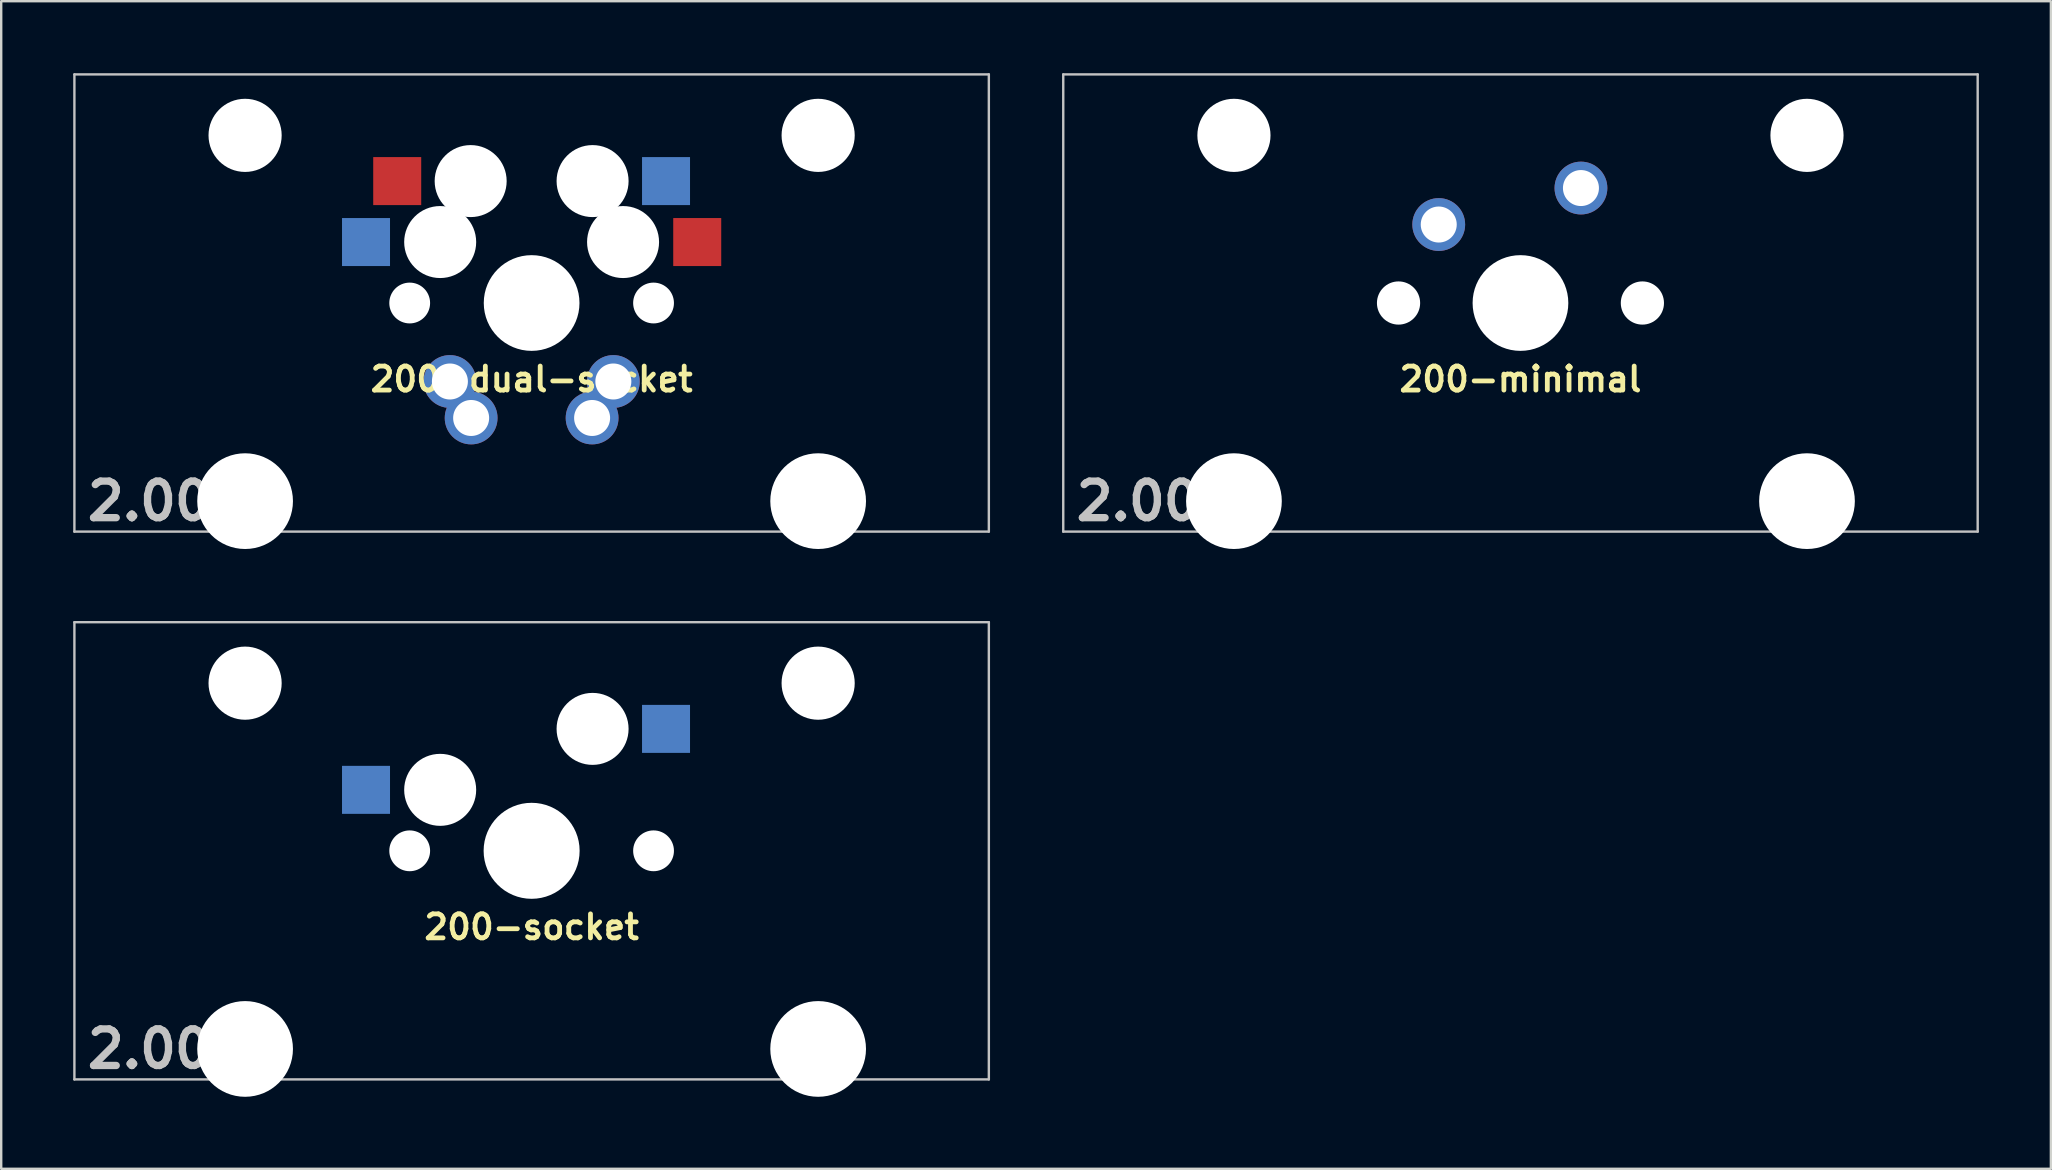
<source format=kicad_pcb>
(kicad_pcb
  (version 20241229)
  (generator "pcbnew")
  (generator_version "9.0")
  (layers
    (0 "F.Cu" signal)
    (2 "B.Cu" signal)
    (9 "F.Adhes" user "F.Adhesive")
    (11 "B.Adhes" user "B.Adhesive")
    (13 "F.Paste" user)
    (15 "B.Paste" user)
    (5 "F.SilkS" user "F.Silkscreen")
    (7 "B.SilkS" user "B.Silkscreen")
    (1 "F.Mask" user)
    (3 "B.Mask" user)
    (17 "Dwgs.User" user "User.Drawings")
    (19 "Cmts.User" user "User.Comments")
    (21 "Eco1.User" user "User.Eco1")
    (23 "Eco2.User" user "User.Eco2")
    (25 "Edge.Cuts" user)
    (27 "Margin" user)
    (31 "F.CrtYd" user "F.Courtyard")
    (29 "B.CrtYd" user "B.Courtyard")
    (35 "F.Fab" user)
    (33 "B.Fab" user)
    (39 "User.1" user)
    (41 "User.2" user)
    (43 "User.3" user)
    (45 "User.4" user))
  (footprint "200-minimal"
    (layer "F.Cu")
    (at 60.3 9.575)
    (property "Reference" "200-minimal" (at 0 3.175 0) (layer "F.SilkS") (effects (font (size 1 1) (thickness 0.2))))
    (attr through_hole)
    (fp_line (start -19.05 -9.525) (end 19.05 -9.525) (stroke (width 0.1) (type solid)) (layer "Dwgs.User"))
    (fp_line (start -19.05 9.525) (end -19.05 -9.525) (stroke (width 0.1) (type solid)) (layer "Dwgs.User"))
    (fp_line (start 19.05 -9.525) (end 19.05 9.525) (stroke (width 0.1) (type solid)) (layer "Dwgs.User"))
    (fp_line (start 19.05 9.525) (end -19.05 9.525) (stroke (width 0.1) (type solid)) (layer "Dwgs.User"))
    (fp_line (start -16.129 -2.286) (end -15.265 -2.286) (stroke (width 0.152) (type solid)) (layer "Eco2.User"))
    (fp_line (start -16.129 0.508) (end -16.129 -2.286) (stroke (width 0.152) (type solid)) (layer "Eco2.User"))
    (fp_line (start -15.265 -5.69) (end -8.611 -5.69) (stroke (width 0.152) (type solid)) (layer "Eco2.User"))
    (fp_line (start -15.265 -2.286) (end -15.265 -5.69) (stroke (width 0.152) (type solid)) (layer "Eco2.User"))
    (fp_line (start -15.265 0.508) (end -16.129 0.508) (stroke (width 0.152) (type solid)) (layer "Eco2.User"))
    (fp_line (start -15.265 6.604) (end -15.265 0.508) (stroke (width 0.152) (type solid)) (layer "Eco2.User"))
    (fp_line (start -14.224 6.604) (end -15.265 6.604) (stroke (width 0.152) (type solid)) (layer "Eco2.User"))
    (fp_line (start -14.224 7.772) (end -14.224 6.604) (stroke (width 0.152) (type solid)) (layer "Eco2.User"))
    (fp_line (start -9.652 6.604) (end -9.652 7.772) (stroke (width 0.152) (type solid)) (layer "Eco2.User"))
    (fp_line (start -9.652 7.772) (end -14.224 7.772) (stroke (width 0.152) (type solid)) (layer "Eco2.User"))
    (fp_line (start -8.611 -5.69) (end -8.611 -4.877) (stroke (width 0.152) (type solid)) (layer "Eco2.User"))
    (fp_line (start -8.611 -4.877) (end -6.985 -4.877) (stroke (width 0.152) (type solid)) (layer "Eco2.User"))
    (fp_line (start -8.611 5.817) (end -8.611 6.604) (stroke (width 0.152) (type solid)) (layer "Eco2.User"))
    (fp_line (start -8.611 6.604) (end -9.652 6.604) (stroke (width 0.152) (type solid)) (layer "Eco2.User"))
    (fp_line (start -6.985 -6.985) (end 6.985 -6.985) (stroke (width 0.152) (type solid)) (layer "Eco2.User"))
    (fp_line (start -6.985 -4.877) (end -6.985 -6.985) (stroke (width 0.152) (type solid)) (layer "Eco2.User"))
    (fp_line (start -6.985 5.817) (end -8.611 5.817) (stroke (width 0.152) (type solid)) (layer "Eco2.User"))
    (fp_line (start -6.985 6.985) (end -6.985 5.817) (stroke (width 0.152) (type solid)) (layer "Eco2.User"))
    (fp_line (start 6.985 -6.985) (end 6.985 -4.877) (stroke (width 0.152) (type solid)) (layer "Eco2.User"))
    (fp_line (start 6.985 -4.877) (end 8.611 -4.877) (stroke (width 0.152) (type solid)) (layer "Eco2.User"))
    (fp_line (start 6.985 5.817) (end 6.985 6.985) (stroke (width 0.152) (type solid)) (layer "Eco2.User"))
    (fp_line (start 6.985 6.985) (end -6.985 6.985) (stroke (width 0.152) (type solid)) (layer "Eco2.User"))
    (fp_line (start 8.611 -5.69) (end 15.265 -5.69) (stroke (width 0.152) (type solid)) (layer "Eco2.User"))
    (fp_line (start 8.611 -4.877) (end 8.611 -5.69) (stroke (width 0.152) (type solid)) (layer "Eco2.User"))
    (fp_line (start 8.611 5.817) (end 6.985 5.817) (stroke (width 0.152) (type solid)) (layer "Eco2.User"))
    (fp_line (start 8.611 6.604) (end 8.611 5.817) (stroke (width 0.152) (type solid)) (layer "Eco2.User"))
    (fp_line (start 9.652 6.604) (end 8.611 6.604) (stroke (width 0.152) (type solid)) (layer "Eco2.User"))
    (fp_line (start 9.652 7.772) (end 9.652 6.604) (stroke (width 0.152) (type solid)) (layer "Eco2.User"))
    (fp_line (start 14.224 6.604) (end 14.224 7.772) (stroke (width 0.152) (type solid)) (layer "Eco2.User"))
    (fp_line (start 14.224 7.772) (end 9.652 7.772) (stroke (width 0.152) (type solid)) (layer "Eco2.User"))
    (fp_line (start 15.265 -5.69) (end 15.265 -2.286) (stroke (width 0.152) (type solid)) (layer "Eco2.User"))
    (fp_line (start 15.265 -2.286) (end 16.129 -2.286) (stroke (width 0.152) (type solid)) (layer "Eco2.User"))
    (fp_line (start 15.265 0.508) (end 15.265 6.604) (stroke (width 0.152) (type solid)) (layer "Eco2.User"))
    (fp_line (start 15.265 6.604) (end 14.224 6.604) (stroke (width 0.152) (type solid)) (layer "Eco2.User"))
    (fp_line (start 16.129 -2.286) (end 16.129 0.508) (stroke (width 0.152) (type solid)) (layer "Eco2.User"))
    (fp_line (start 16.129 0.508) (end 15.265 0.508) (stroke (width 0.152) (type solid)) (layer "Eco2.User"))
    (fp_text user "2.00u" (at -15.24 8.255 0) (layer "Dwgs.User") (effects (font (size 1.524 1.524) (thickness 0.305))))
    (pad "" np_thru_hole circle (at -11.938 -6.985) (size 3.048 3.048) (drill 3.048) (layers "*.Cu" "*.Mask"))
    (pad "" np_thru_hole circle (at -11.938 8.255) (size 3.988 3.988) (drill 3.988) (layers "*.Cu" "*.Mask"))
    (pad "" np_thru_hole circle (at -5.08 0) (size 1.8 1.8) (drill 1.8) (layers "*.Cu" "*.Mask"))
    (pad "" np_thru_hole circle (at 0 0) (size 3.988 3.988) (drill 3.988) (layers "*.Cu" "*.Mask"))
    (pad "" np_thru_hole circle (at 5.08 0) (size 1.8 1.8) (drill 1.8) (layers "*.Cu" "*.Mask"))
    (pad "" np_thru_hole circle (at 11.938 -6.985) (size 3.048 3.048) (drill 3.048) (layers "*.Cu" "*.Mask"))
    (pad "" np_thru_hole circle (at 11.938 8.255) (size 3.988 3.988) (drill 3.988) (layers "*.Cu" "*.Mask"))
    (pad "1" thru_hole circle (at -3.405 -3.27 29) (size 2.2 2.2) (drill 1.5) (layers "*.Cu" "*.Mask"))
    (pad "2" thru_hole circle (at 2.52 -4.79) (size 2.2 2.2) (drill 1.5) (layers "*.Cu" "*.Mask")))
  (footprint "200-dual-socket"
    (layer "F.Cu")
    (at 19.1 9.575)
    (property "Reference" "200-dual-socket" (at 0 3.175 0) (layer "F.SilkS") (effects (font (size 1 1) (thickness 0.2))))
    (attr through_hole)
    (fp_line (start -19.05 -9.525) (end 19.05 -9.525) (stroke (width 0.1) (type solid)) (layer "Dwgs.User"))
    (fp_line (start -19.05 9.525) (end -19.05 -9.525) (stroke (width 0.1) (type solid)) (layer "Dwgs.User"))
    (fp_line (start 19.05 -9.525) (end 19.05 9.525) (stroke (width 0.1) (type solid)) (layer "Dwgs.User"))
    (fp_line (start 19.05 9.525) (end -19.05 9.525) (stroke (width 0.1) (type solid)) (layer "Dwgs.User"))
    (fp_line (start -16.129 -2.286) (end -15.265 -2.286) (stroke (width 0.152) (type solid)) (layer "Eco2.User"))
    (fp_line (start -16.129 0.508) (end -16.129 -2.286) (stroke (width 0.152) (type solid)) (layer "Eco2.User"))
    (fp_line (start -15.265 -5.69) (end -8.611 -5.69) (stroke (width 0.152) (type solid)) (layer "Eco2.User"))
    (fp_line (start -15.265 -2.286) (end -15.265 -5.69) (stroke (width 0.152) (type solid)) (layer "Eco2.User"))
    (fp_line (start -15.265 0.508) (end -16.129 0.508) (stroke (width 0.152) (type solid)) (layer "Eco2.User"))
    (fp_line (start -15.265 6.604) (end -15.265 0.508) (stroke (width 0.152) (type solid)) (layer "Eco2.User"))
    (fp_line (start -14.224 6.604) (end -15.265 6.604) (stroke (width 0.152) (type solid)) (layer "Eco2.User"))
    (fp_line (start -14.224 7.772) (end -14.224 6.604) (stroke (width 0.152) (type solid)) (layer "Eco2.User"))
    (fp_line (start -9.652 6.604) (end -9.652 7.772) (stroke (width 0.152) (type solid)) (layer "Eco2.User"))
    (fp_line (start -9.652 7.772) (end -14.224 7.772) (stroke (width 0.152) (type solid)) (layer "Eco2.User"))
    (fp_line (start -8.611 -5.69) (end -8.611 -4.877) (stroke (width 0.152) (type solid)) (layer "Eco2.User"))
    (fp_line (start -8.611 -4.877) (end -6.985 -4.877) (stroke (width 0.152) (type solid)) (layer "Eco2.User"))
    (fp_line (start -8.611 5.817) (end -8.611 6.604) (stroke (width 0.152) (type solid)) (layer "Eco2.User"))
    (fp_line (start -8.611 6.604) (end -9.652 6.604) (stroke (width 0.152) (type solid)) (layer "Eco2.User"))
    (fp_line (start -6.985 -6.985) (end 6.985 -6.985) (stroke (width 0.152) (type solid)) (layer "Eco2.User"))
    (fp_line (start -6.985 -4.877) (end -6.985 -6.985) (stroke (width 0.152) (type solid)) (layer "Eco2.User"))
    (fp_line (start -6.985 5.817) (end -8.611 5.817) (stroke (width 0.152) (type solid)) (layer "Eco2.User"))
    (fp_line (start -6.985 6.985) (end -6.985 5.817) (stroke (width 0.152) (type solid)) (layer "Eco2.User"))
    (fp_line (start 6.985 -6.985) (end 6.985 -4.877) (stroke (width 0.152) (type solid)) (layer "Eco2.User"))
    (fp_line (start 6.985 -4.877) (end 8.611 -4.877) (stroke (width 0.152) (type solid)) (layer "Eco2.User"))
    (fp_line (start 6.985 5.817) (end 6.985 6.985) (stroke (width 0.152) (type solid)) (layer "Eco2.User"))
    (fp_line (start 6.985 6.985) (end -6.985 6.985) (stroke (width 0.152) (type solid)) (layer "Eco2.User"))
    (fp_line (start 8.611 -5.69) (end 15.265 -5.69) (stroke (width 0.152) (type solid)) (layer "Eco2.User"))
    (fp_line (start 8.611 -4.877) (end 8.611 -5.69) (stroke (width 0.152) (type solid)) (layer "Eco2.User"))
    (fp_line (start 8.611 5.817) (end 6.985 5.817) (stroke (width 0.152) (type solid)) (layer "Eco2.User"))
    (fp_line (start 8.611 6.604) (end 8.611 5.817) (stroke (width 0.152) (type solid)) (layer "Eco2.User"))
    (fp_line (start 9.652 6.604) (end 8.611 6.604) (stroke (width 0.152) (type solid)) (layer "Eco2.User"))
    (fp_line (start 9.652 7.772) (end 9.652 6.604) (stroke (width 0.152) (type solid)) (layer "Eco2.User"))
    (fp_line (start 14.224 6.604) (end 14.224 7.772) (stroke (width 0.152) (type solid)) (layer "Eco2.User"))
    (fp_line (start 14.224 7.772) (end 9.652 7.772) (stroke (width 0.152) (type solid)) (layer "Eco2.User"))
    (fp_line (start 15.265 -5.69) (end 15.265 -2.286) (stroke (width 0.152) (type solid)) (layer "Eco2.User"))
    (fp_line (start 15.265 -2.286) (end 16.129 -2.286) (stroke (width 0.152) (type solid)) (layer "Eco2.User"))
    (fp_line (start 15.265 0.508) (end 15.265 6.604) (stroke (width 0.152) (type solid)) (layer "Eco2.User"))
    (fp_line (start 15.265 6.604) (end 14.224 6.604) (stroke (width 0.152) (type solid)) (layer "Eco2.User"))
    (fp_line (start 16.129 -2.286) (end 16.129 0.508) (stroke (width 0.152) (type solid)) (layer "Eco2.User"))
    (fp_line (start 16.129 0.508) (end 15.265 0.508) (stroke (width 0.152) (type solid)) (layer "Eco2.User"))
    (fp_text user "2.00u" (at -15.24 8.255 0) (layer "Dwgs.User") (effects (font (size 1.524 1.524) (thickness 0.305))))
    (pad "" np_thru_hole circle (at -11.938 -6.985) (size 3.048 3.048) (drill 3.048) (layers "*.Cu" "*.Mask"))
    (pad "" np_thru_hole circle (at -11.938 8.255) (size 3.988 3.988) (drill 3.988) (layers "*.Cu" "*.Mask"))
    (pad "" np_thru_hole circle (at -5.08 0) (size 1.7 1.7) (drill 1.7) (layers "*.Cu" "*.Mask"))
    (pad "" np_thru_hole circle (at -3.81 -2.54 180) (size 3 3) (drill 3) (layers "*.Cu" "*.Mask"))
    (pad "" np_thru_hole circle (at -2.54 -5.08 180) (size 3 3) (drill 3) (layers "*.Cu" "*.Mask"))
    (pad "" np_thru_hole circle (at 0 0) (size 3.988 3.988) (drill 3.988) (layers "*.Cu" "*.Mask"))
    (pad "" np_thru_hole circle (at 2.54 -5.08 180) (size 3 3) (drill 3) (layers "*.Cu" "*.Mask"))
    (pad "" np_thru_hole circle (at 3.81 -2.54 180) (size 3 3) (drill 3) (layers "*.Cu" "*.Mask"))
    (pad "" np_thru_hole circle (at 5.08 0) (size 1.7 1.7) (drill 1.7) (layers "*.Cu" "*.Mask"))
    (pad "" np_thru_hole circle (at 11.938 -6.985) (size 3.048 3.048) (drill 3.048) (layers "*.Cu" "*.Mask"))
    (pad "" np_thru_hole circle (at 11.938 8.255) (size 3.988 3.988) (drill 3.988) (layers "*.Cu" "*.Mask"))
    (pad "1" smd rect (at -6.9 -2.54 180) (size 2 2) (layers "B.Cu" "B.Mask" "B.Paste"))
    (pad "1" smd rect (at -5.6 -5.08 180) (size 2 2) (layers "F.Cu" "F.Mask" "F.Paste"))
    (pad "1" thru_hole circle (at -3.405 3.27 29) (size 2.2 2.2) (drill 1.5) (layers "*.Cu" "*.Mask"))
    (pad "1" thru_hole circle (at -2.52 4.79) (size 2.2 2.2) (drill 1.5) (layers "*.Cu" "*.Mask"))
    (pad "2" thru_hole circle (at 2.52 4.79) (size 2.2 2.2) (drill 1.5) (layers "*.Cu" "*.Mask"))
    (pad "2" thru_hole circle (at 3.405 3.27 29) (size 2.2 2.2) (drill 1.5) (layers "*.Cu" "*.Mask"))
    (pad "2" smd rect (at 5.6 -5.08 180) (size 2 2) (layers "B.Cu" "B.Mask" "B.Paste"))
    (pad "2" smd rect (at 6.9 -2.54 180) (size 2 2) (layers "F.Cu" "F.Mask" "F.Paste")))
  (footprint "200-socket"
    (layer "F.Cu")
    (at 19.1 32.399)
    (property "Reference" "200-socket" (at 0 3.175 0) (layer "F.SilkS") (effects (font (size 1 1) (thickness 0.2))))
    (attr through_hole)
    (fp_line (start -19.05 -9.525) (end 19.05 -9.525) (stroke (width 0.1) (type solid)) (layer "Dwgs.User"))
    (fp_line (start -19.05 9.525) (end -19.05 -9.525) (stroke (width 0.1) (type solid)) (layer "Dwgs.User"))
    (fp_line (start 19.05 -9.525) (end 19.05 9.525) (stroke (width 0.1) (type solid)) (layer "Dwgs.User"))
    (fp_line (start 19.05 9.525) (end -19.05 9.525) (stroke (width 0.1) (type solid)) (layer "Dwgs.User"))
    (fp_line (start -16.129 -2.286) (end -15.265 -2.286) (stroke (width 0.152) (type solid)) (layer "Eco2.User"))
    (fp_line (start -16.129 0.508) (end -16.129 -2.286) (stroke (width 0.152) (type solid)) (layer "Eco2.User"))
    (fp_line (start -15.265 -5.69) (end -8.611 -5.69) (stroke (width 0.152) (type solid)) (layer "Eco2.User"))
    (fp_line (start -15.265 -2.286) (end -15.265 -5.69) (stroke (width 0.152) (type solid)) (layer "Eco2.User"))
    (fp_line (start -15.265 0.508) (end -16.129 0.508) (stroke (width 0.152) (type solid)) (layer "Eco2.User"))
    (fp_line (start -15.265 6.604) (end -15.265 0.508) (stroke (width 0.152) (type solid)) (layer "Eco2.User"))
    (fp_line (start -14.224 6.604) (end -15.265 6.604) (stroke (width 0.152) (type solid)) (layer "Eco2.User"))
    (fp_line (start -14.224 7.772) (end -14.224 6.604) (stroke (width 0.152) (type solid)) (layer "Eco2.User"))
    (fp_line (start -9.652 6.604) (end -9.652 7.772) (stroke (width 0.152) (type solid)) (layer "Eco2.User"))
    (fp_line (start -9.652 7.772) (end -14.224 7.772) (stroke (width 0.152) (type solid)) (layer "Eco2.User"))
    (fp_line (start -8.611 -5.69) (end -8.611 -4.877) (stroke (width 0.152) (type solid)) (layer "Eco2.User"))
    (fp_line (start -8.611 -4.877) (end -6.985 -4.877) (stroke (width 0.152) (type solid)) (layer "Eco2.User"))
    (fp_line (start -8.611 5.817) (end -8.611 6.604) (stroke (width 0.152) (type solid)) (layer "Eco2.User"))
    (fp_line (start -8.611 6.604) (end -9.652 6.604) (stroke (width 0.152) (type solid)) (layer "Eco2.User"))
    (fp_line (start -6.985 -6.985) (end 6.985 -6.985) (stroke (width 0.152) (type solid)) (layer "Eco2.User"))
    (fp_line (start -6.985 -4.877) (end -6.985 -6.985) (stroke (width 0.152) (type solid)) (layer "Eco2.User"))
    (fp_line (start -6.985 5.817) (end -8.611 5.817) (stroke (width 0.152) (type solid)) (layer "Eco2.User"))
    (fp_line (start -6.985 6.985) (end -6.985 5.817) (stroke (width 0.152) (type solid)) (layer "Eco2.User"))
    (fp_line (start 6.985 -6.985) (end 6.985 -4.877) (stroke (width 0.152) (type solid)) (layer "Eco2.User"))
    (fp_line (start 6.985 -4.877) (end 8.611 -4.877) (stroke (width 0.152) (type solid)) (layer "Eco2.User"))
    (fp_line (start 6.985 5.817) (end 6.985 6.985) (stroke (width 0.152) (type solid)) (layer "Eco2.User"))
    (fp_line (start 6.985 6.985) (end -6.985 6.985) (stroke (width 0.152) (type solid)) (layer "Eco2.User"))
    (fp_line (start 8.611 -5.69) (end 15.265 -5.69) (stroke (width 0.152) (type solid)) (layer "Eco2.User"))
    (fp_line (start 8.611 -4.877) (end 8.611 -5.69) (stroke (width 0.152) (type solid)) (layer "Eco2.User"))
    (fp_line (start 8.611 5.817) (end 6.985 5.817) (stroke (width 0.152) (type solid)) (layer "Eco2.User"))
    (fp_line (start 8.611 6.604) (end 8.611 5.817) (stroke (width 0.152) (type solid)) (layer "Eco2.User"))
    (fp_line (start 9.652 6.604) (end 8.611 6.604) (stroke (width 0.152) (type solid)) (layer "Eco2.User"))
    (fp_line (start 9.652 7.772) (end 9.652 6.604) (stroke (width 0.152) (type solid)) (layer "Eco2.User"))
    (fp_line (start 14.224 6.604) (end 14.224 7.772) (stroke (width 0.152) (type solid)) (layer "Eco2.User"))
    (fp_line (start 14.224 7.772) (end 9.652 7.772) (stroke (width 0.152) (type solid)) (layer "Eco2.User"))
    (fp_line (start 15.265 -5.69) (end 15.265 -2.286) (stroke (width 0.152) (type solid)) (layer "Eco2.User"))
    (fp_line (start 15.265 -2.286) (end 16.129 -2.286) (stroke (width 0.152) (type solid)) (layer "Eco2.User"))
    (fp_line (start 15.265 0.508) (end 15.265 6.604) (stroke (width 0.152) (type solid)) (layer "Eco2.User"))
    (fp_line (start 15.265 6.604) (end 14.224 6.604) (stroke (width 0.152) (type solid)) (layer "Eco2.User"))
    (fp_line (start 16.129 -2.286) (end 16.129 0.508) (stroke (width 0.152) (type solid)) (layer "Eco2.User"))
    (fp_line (start 16.129 0.508) (end 15.265 0.508) (stroke (width 0.152) (type solid)) (layer "Eco2.User"))
    (fp_text user "2.00u" (at -15.24 8.255 0) (layer "Dwgs.User") (effects (font (size 1.524 1.524) (thickness 0.305))))
    (pad "" np_thru_hole circle (at -11.938 -6.985) (size 3.048 3.048) (drill 3.048) (layers "*.Cu" "*.Mask"))
    (pad "" np_thru_hole circle (at -11.938 8.255) (size 3.988 3.988) (drill 3.988) (layers "*.Cu" "*.Mask"))
    (pad "" np_thru_hole circle (at -5.08 0) (size 1.7 1.7) (drill 1.7) (layers "*.Cu" "*.Mask"))
    (pad "" np_thru_hole circle (at -3.81 -2.54 180) (size 3 3) (drill 3) (layers "*.Cu" "*.Mask"))
    (pad "" np_thru_hole circle (at 0 0 90) (size 4 4) (drill 4) (layers "*.Cu" "*.Mask"))
    (pad "" np_thru_hole circle (at 2.54 -5.08 180) (size 3 3) (drill 3) (layers "*.Cu" "*.Mask"))
    (pad "" np_thru_hole circle (at 5.08 0) (size 1.7 1.7) (drill 1.7) (layers "*.Cu" "*.Mask"))
    (pad "" np_thru_hole circle (at 11.938 -6.985) (size 3.048 3.048) (drill 3.048) (layers "*.Cu" "*.Mask"))
    (pad "" np_thru_hole circle (at 11.938 8.255) (size 3.988 3.988) (drill 3.988) (layers "*.Cu" "*.Mask"))
    (pad "1" smd rect (at -6.9 -2.54 180) (size 2 2) (layers "B.Cu" "B.Mask" "B.Paste"))
    (pad "2" smd rect (at 5.6 -5.08 180) (size 2 2) (layers "B.Cu" "B.Mask" "B.Paste")))
  (gr_rect
    (start -3 -3)
    (end 82.4 45.648)
    (stroke (width 0.1) (type default))
    (fill no)
    (layer "Edge.Cuts")))
</source>
